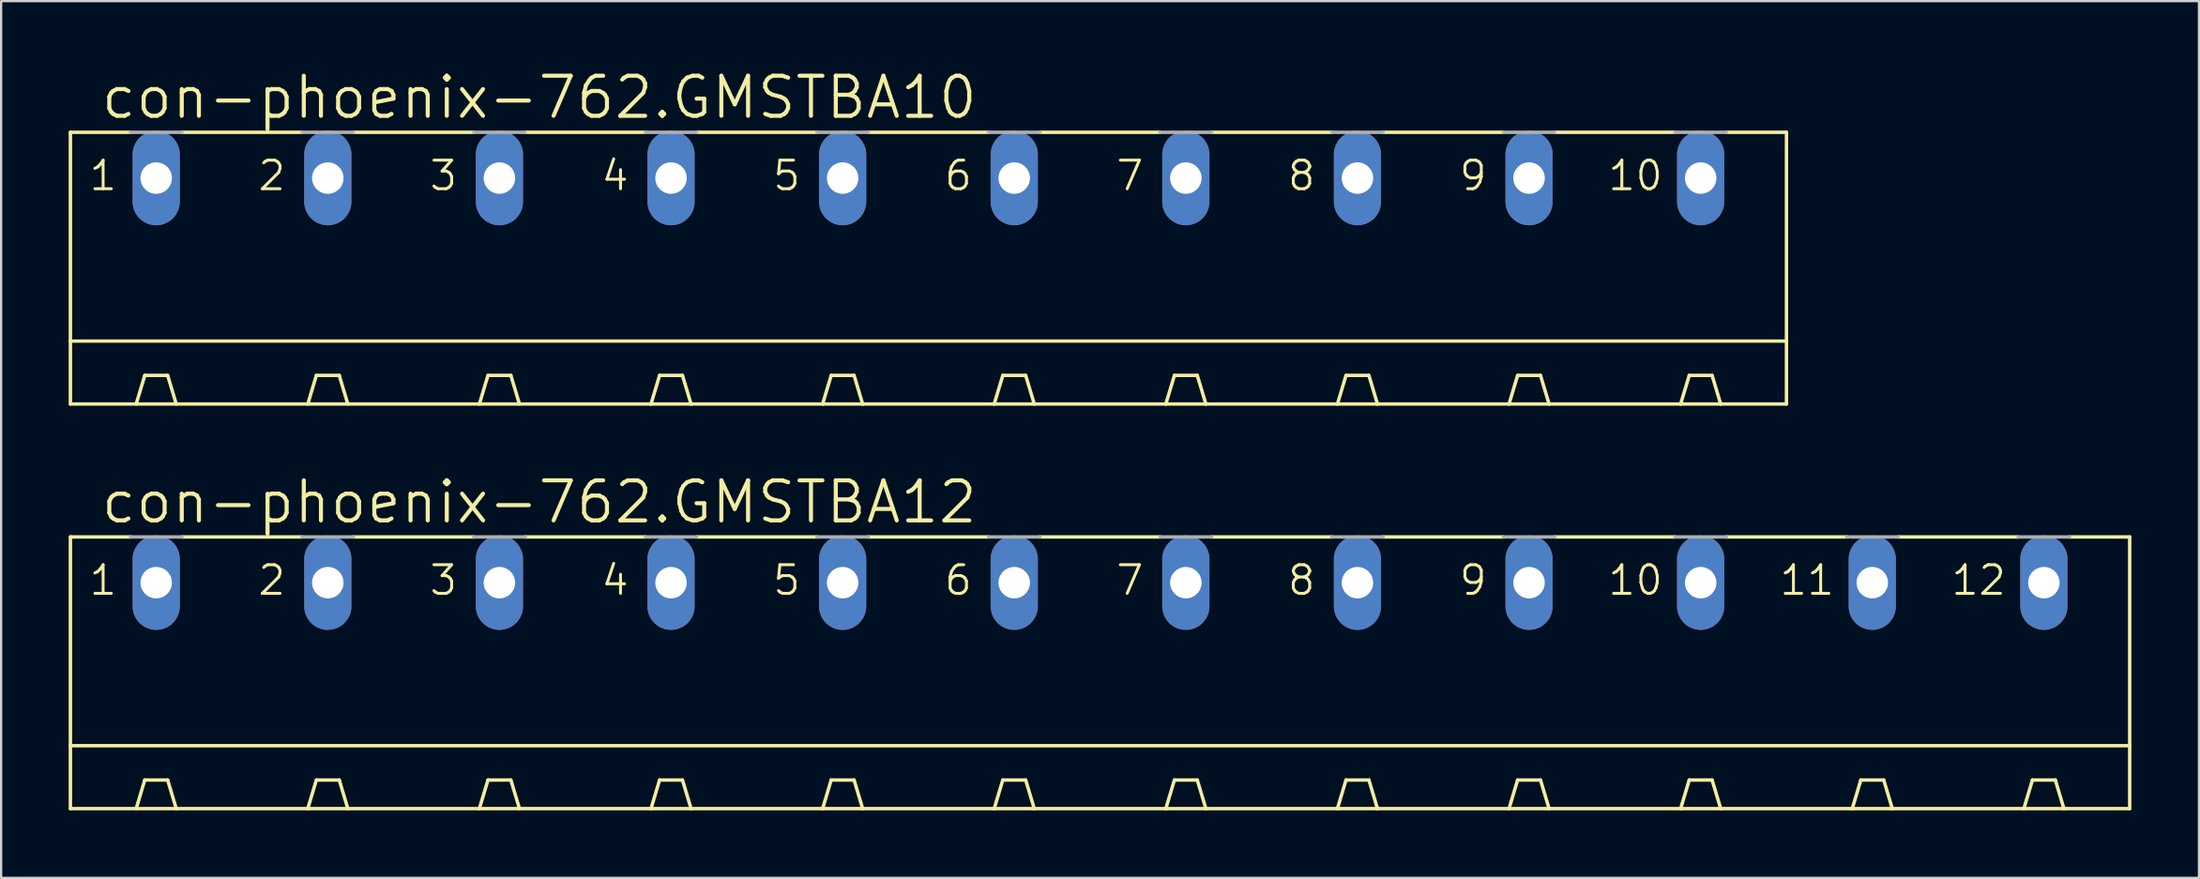
<source format=kicad_pcb>
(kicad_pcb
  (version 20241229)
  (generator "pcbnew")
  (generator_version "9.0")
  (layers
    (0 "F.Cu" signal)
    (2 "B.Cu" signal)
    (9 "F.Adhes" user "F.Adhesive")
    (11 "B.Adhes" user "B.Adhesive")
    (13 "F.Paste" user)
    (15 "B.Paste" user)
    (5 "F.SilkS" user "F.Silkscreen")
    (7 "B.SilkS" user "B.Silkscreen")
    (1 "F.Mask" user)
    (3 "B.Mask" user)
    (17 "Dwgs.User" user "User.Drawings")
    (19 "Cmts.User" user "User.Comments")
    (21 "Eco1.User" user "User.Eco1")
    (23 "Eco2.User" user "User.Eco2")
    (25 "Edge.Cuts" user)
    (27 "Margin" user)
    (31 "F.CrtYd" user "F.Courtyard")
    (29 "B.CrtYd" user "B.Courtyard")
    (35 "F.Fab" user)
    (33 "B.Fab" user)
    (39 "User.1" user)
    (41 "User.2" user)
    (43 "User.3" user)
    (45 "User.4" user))
  (footprint "con-phoenix-762.GMSTBA10"
    (layer "F.Cu")
    (at 38.176 9.938)
    (property "Reference" "con-phoenix-762.GMSTBA10" (at -36.83 -7.62 0) (layer "F.SilkS") (effects (font (size 1.778 1.778) (thickness 0.18)) (justify left bottom)))
    (attr through_hole)
    (fp_line (start -38.1 -7.112) (end -38.1 2.159) (stroke (width 0.152) (type default)) (layer "F.SilkS"))
    (fp_line (start -38.1 -7.112) (end -35.433 -7.112) (stroke (width 0.152) (type default)) (layer "F.SilkS"))
    (fp_line (start -38.1 2.159) (end -38.1 4.953) (stroke (width 0.152) (type default)) (layer "F.SilkS"))
    (fp_line (start -38.1 2.159) (end 38.1 2.159) (stroke (width 0.152) (type default)) (layer "F.SilkS"))
    (fp_line (start -35.179 4.953) (end -34.798 3.683) (stroke (width 0.152) (type default)) (layer "F.SilkS"))
    (fp_line (start -33.782 3.683) (end -34.798 3.683) (stroke (width 0.152) (type default)) (layer "F.SilkS"))
    (fp_line (start -33.401 4.953) (end -33.782 3.683) (stroke (width 0.152) (type default)) (layer "F.SilkS"))
    (fp_line (start -33.147 -7.112) (end -27.813 -7.112) (stroke (width 0.152) (type default)) (layer "F.SilkS"))
    (fp_line (start -27.559 4.953) (end -27.178 3.683) (stroke (width 0.152) (type default)) (layer "F.SilkS"))
    (fp_line (start -27.178 3.683) (end -26.162 3.683) (stroke (width 0.152) (type default)) (layer "F.SilkS"))
    (fp_line (start -25.781 4.953) (end -26.162 3.683) (stroke (width 0.152) (type default)) (layer "F.SilkS"))
    (fp_line (start -25.527 -7.112) (end -20.193 -7.112) (stroke (width 0.152) (type default)) (layer "F.SilkS"))
    (fp_line (start -19.939 4.953) (end -19.558 3.683) (stroke (width 0.152) (type default)) (layer "F.SilkS"))
    (fp_line (start -19.558 3.683) (end -18.542 3.683) (stroke (width 0.152) (type default)) (layer "F.SilkS"))
    (fp_line (start -18.161 4.953) (end -18.542 3.683) (stroke (width 0.152) (type default)) (layer "F.SilkS"))
    (fp_line (start -17.907 -7.112) (end -12.573 -7.112) (stroke (width 0.152) (type default)) (layer "F.SilkS"))
    (fp_line (start -12.319 4.953) (end -38.1 4.953) (stroke (width 0.152) (type default)) (layer "F.SilkS"))
    (fp_line (start -12.319 4.953) (end -11.938 3.683) (stroke (width 0.152) (type default)) (layer "F.SilkS"))
    (fp_line (start -11.938 3.683) (end -10.922 3.683) (stroke (width 0.152) (type default)) (layer "F.SilkS"))
    (fp_line (start -10.541 4.953) (end -12.319 4.953) (stroke (width 0.152) (type default)) (layer "F.SilkS"))
    (fp_line (start -10.541 4.953) (end -10.922 3.683) (stroke (width 0.152) (type default)) (layer "F.SilkS"))
    (fp_line (start -10.287 -7.112) (end -4.953 -7.112) (stroke (width 0.152) (type default)) (layer "F.SilkS"))
    (fp_line (start -4.699 4.953) (end -10.541 4.953) (stroke (width 0.152) (type default)) (layer "F.SilkS"))
    (fp_line (start -4.699 4.953) (end -4.318 3.683) (stroke (width 0.152) (type default)) (layer "F.SilkS"))
    (fp_line (start -4.318 3.683) (end -3.302 3.683) (stroke (width 0.152) (type default)) (layer "F.SilkS"))
    (fp_line (start -2.921 4.953) (end -4.699 4.953) (stroke (width 0.152) (type default)) (layer "F.SilkS"))
    (fp_line (start -2.921 4.953) (end -3.302 3.683) (stroke (width 0.152) (type default)) (layer "F.SilkS"))
    (fp_line (start -2.667 -7.112) (end 2.667 -7.112) (stroke (width 0.152) (type default)) (layer "F.SilkS"))
    (fp_line (start 2.921 4.953) (end -2.921 4.953) (stroke (width 0.152) (type default)) (layer "F.SilkS"))
    (fp_line (start 2.921 4.953) (end 3.302 3.683) (stroke (width 0.152) (type default)) (layer "F.SilkS"))
    (fp_line (start 3.302 3.683) (end 4.318 3.683) (stroke (width 0.152) (type default)) (layer "F.SilkS"))
    (fp_line (start 4.699 4.953) (end 2.921 4.953) (stroke (width 0.152) (type default)) (layer "F.SilkS"))
    (fp_line (start 4.699 4.953) (end 4.318 3.683) (stroke (width 0.152) (type default)) (layer "F.SilkS"))
    (fp_line (start 4.953 -7.112) (end 10.287 -7.112) (stroke (width 0.152) (type default)) (layer "F.SilkS"))
    (fp_line (start 10.541 4.953) (end 4.699 4.953) (stroke (width 0.152) (type default)) (layer "F.SilkS"))
    (fp_line (start 10.541 4.953) (end 10.922 3.683) (stroke (width 0.152) (type default)) (layer "F.SilkS"))
    (fp_line (start 10.922 3.683) (end 11.938 3.683) (stroke (width 0.152) (type default)) (layer "F.SilkS"))
    (fp_line (start 12.319 4.953) (end 10.541 4.953) (stroke (width 0.152) (type default)) (layer "F.SilkS"))
    (fp_line (start 12.319 4.953) (end 11.938 3.683) (stroke (width 0.152) (type default)) (layer "F.SilkS"))
    (fp_line (start 12.573 -7.112) (end 17.907 -7.112) (stroke (width 0.152) (type default)) (layer "F.SilkS"))
    (fp_line (start 18.161 4.953) (end 12.319 4.953) (stroke (width 0.152) (type default)) (layer "F.SilkS"))
    (fp_line (start 18.161 4.953) (end 18.542 3.683) (stroke (width 0.152) (type default)) (layer "F.SilkS"))
    (fp_line (start 18.542 3.683) (end 19.558 3.683) (stroke (width 0.152) (type default)) (layer "F.SilkS"))
    (fp_line (start 19.939 4.953) (end 18.161 4.953) (stroke (width 0.152) (type default)) (layer "F.SilkS"))
    (fp_line (start 19.939 4.953) (end 19.558 3.683) (stroke (width 0.152) (type default)) (layer "F.SilkS"))
    (fp_line (start 20.193 -7.112) (end 25.527 -7.112) (stroke (width 0.152) (type default)) (layer "F.SilkS"))
    (fp_line (start 25.781 4.953) (end 19.939 4.953) (stroke (width 0.152) (type default)) (layer "F.SilkS"))
    (fp_line (start 25.781 4.953) (end 26.162 3.683) (stroke (width 0.152) (type default)) (layer "F.SilkS"))
    (fp_line (start 26.162 3.683) (end 27.178 3.683) (stroke (width 0.152) (type default)) (layer "F.SilkS"))
    (fp_line (start 27.559 4.953) (end 25.781 4.953) (stroke (width 0.152) (type default)) (layer "F.SilkS"))
    (fp_line (start 27.559 4.953) (end 27.178 3.683) (stroke (width 0.152) (type default)) (layer "F.SilkS"))
    (fp_line (start 27.813 -7.112) (end 33.147 -7.112) (stroke (width 0.152) (type default)) (layer "F.SilkS"))
    (fp_line (start 33.401 4.953) (end 27.559 4.953) (stroke (width 0.152) (type default)) (layer "F.SilkS"))
    (fp_line (start 33.401 4.953) (end 33.782 3.683) (stroke (width 0.152) (type default)) (layer "F.SilkS"))
    (fp_line (start 33.782 3.683) (end 34.798 3.683) (stroke (width 0.152) (type default)) (layer "F.SilkS"))
    (fp_line (start 35.179 4.953) (end 33.401 4.953) (stroke (width 0.152) (type default)) (layer "F.SilkS"))
    (fp_line (start 35.179 4.953) (end 34.798 3.683) (stroke (width 0.152) (type default)) (layer "F.SilkS"))
    (fp_line (start 35.433 -7.112) (end 38.1 -7.112) (stroke (width 0.152) (type default)) (layer "F.SilkS"))
    (fp_line (start 38.1 -7.112) (end 38.1 2.159) (stroke (width 0.152) (type default)) (layer "F.SilkS"))
    (fp_line (start 38.1 2.159) (end 38.1 4.953) (stroke (width 0.152) (type default)) (layer "F.SilkS"))
    (fp_line (start 38.1 4.953) (end 35.179 4.953) (stroke (width 0.152) (type default)) (layer "F.SilkS"))
    (fp_line (start -35.433 -7.112) (end -33.147 -7.112) (stroke (width 0.152) (type default)) (layer "F.Fab"))
    (fp_line (start -27.813 -7.112) (end -25.527 -7.112) (stroke (width 0.152) (type default)) (layer "F.Fab"))
    (fp_line (start -20.193 -7.112) (end -17.907 -7.112) (stroke (width 0.152) (type default)) (layer "F.Fab"))
    (fp_line (start -12.573 -7.112) (end -10.287 -7.112) (stroke (width 0.152) (type default)) (layer "F.Fab"))
    (fp_line (start -4.953 -7.112) (end -2.667 -7.112) (stroke (width 0.152) (type default)) (layer "F.Fab"))
    (fp_line (start 2.667 -7.112) (end 4.953 -7.112) (stroke (width 0.152) (type default)) (layer "F.Fab"))
    (fp_line (start 10.287 -7.112) (end 12.573 -7.112) (stroke (width 0.152) (type default)) (layer "F.Fab"))
    (fp_line (start 17.907 -7.112) (end 20.193 -7.112) (stroke (width 0.152) (type default)) (layer "F.Fab"))
    (fp_line (start 25.527 -7.112) (end 27.813 -7.112) (stroke (width 0.152) (type default)) (layer "F.Fab"))
    (fp_line (start 33.147 -7.112) (end 35.433 -7.112) (stroke (width 0.152) (type default)) (layer "F.Fab"))
    (fp_text user "7" (at 8.255 -4.445 0) (layer "F.SilkS") (effects (font (size 1.27 1.27) (thickness 0.13)) (justify left bottom)))
    (fp_text user "9" (at 23.495 -4.445 0) (layer "F.SilkS") (effects (font (size 1.27 1.27) (thickness 0.13)) (justify left bottom)))
    (fp_text user "2" (at -29.845 -4.445 0) (layer "F.SilkS") (effects (font (size 1.27 1.27) (thickness 0.13)) (justify left bottom)))
    (fp_text user "3" (at -22.225 -4.445 0) (layer "F.SilkS") (effects (font (size 1.27 1.27) (thickness 0.13)) (justify left bottom)))
    (fp_text user "10" (at 30.099 -4.445 0) (layer "F.SilkS") (effects (font (size 1.27 1.27) (thickness 0.13)) (justify left bottom)))
    (fp_text user "1" (at -37.338 -4.445 0) (layer "F.SilkS") (effects (font (size 1.27 1.27) (thickness 0.13)) (justify left bottom)))
    (fp_text user "5" (at -6.985 -4.445 0) (layer "F.SilkS") (effects (font (size 1.27 1.27) (thickness 0.13)) (justify left bottom)))
    (fp_text user "6" (at 0.635 -4.445 0) (layer "F.SilkS") (effects (font (size 1.27 1.27) (thickness 0.13)) (justify left bottom)))
    (fp_text user "8" (at 15.875 -4.445 0) (layer "F.SilkS") (effects (font (size 1.27 1.27) (thickness 0.13)) (justify left bottom)))
    (fp_text user "4" (at -14.605 -4.445 0) (layer "F.SilkS") (effects (font (size 1.27 1.27) (thickness 0.13)) (justify left bottom)))
    (pad "1" thru_hole oval (at -34.29 -5.08 90) (size 4.191 2.095) (drill 1.397) (layers "*.Cu" "*.Mask"))
    (pad "2" thru_hole oval (at -26.67 -5.08 90) (size 4.191 2.095) (drill 1.397) (layers "*.Cu" "*.Mask"))
    (pad "3" thru_hole oval (at -19.05 -5.08 90) (size 4.191 2.095) (drill 1.397) (layers "*.Cu" "*.Mask"))
    (pad "4" thru_hole oval (at -11.43 -5.08 90) (size 4.191 2.095) (drill 1.397) (layers "*.Cu" "*.Mask"))
    (pad "5" thru_hole oval (at -3.81 -5.08 90) (size 4.191 2.095) (drill 1.397) (layers "*.Cu" "*.Mask"))
    (pad "6" thru_hole oval (at 3.81 -5.08 90) (size 4.191 2.095) (drill 1.397) (layers "*.Cu" "*.Mask"))
    (pad "7" thru_hole oval (at 11.43 -5.08 90) (size 4.191 2.095) (drill 1.397) (layers "*.Cu" "*.Mask"))
    (pad "8" thru_hole oval (at 19.05 -5.08 90) (size 4.191 2.095) (drill 1.397) (layers "*.Cu" "*.Mask"))
    (pad "9" thru_hole oval (at 26.67 -5.08 90) (size 4.191 2.095) (drill 1.397) (layers "*.Cu" "*.Mask"))
    (pad "10" thru_hole oval (at 34.29 -5.08 90) (size 4.191 2.095) (drill 1.397) (layers "*.Cu" "*.Mask")))
  (footprint "con-phoenix-762.GMSTBA12"
    (layer "F.Cu")
    (at 45.796 27.905)
    (property "Reference" "con-phoenix-762.GMSTBA12" (at -44.45 -7.62 0) (layer "F.SilkS") (effects (font (size 1.778 1.778) (thickness 0.18)) (justify left bottom)))
    (attr through_hole)
    (fp_line (start -45.72 -7.112) (end -45.72 2.159) (stroke (width 0.152) (type default)) (layer "F.SilkS"))
    (fp_line (start -45.72 -7.112) (end -43.053 -7.112) (stroke (width 0.152) (type default)) (layer "F.SilkS"))
    (fp_line (start -45.72 2.159) (end -45.72 4.953) (stroke (width 0.152) (type default)) (layer "F.SilkS"))
    (fp_line (start -45.72 2.159) (end 45.72 2.159) (stroke (width 0.152) (type default)) (layer "F.SilkS"))
    (fp_line (start -42.799 4.953) (end -42.418 3.683) (stroke (width 0.152) (type default)) (layer "F.SilkS"))
    (fp_line (start -41.402 3.683) (end -42.418 3.683) (stroke (width 0.152) (type default)) (layer "F.SilkS"))
    (fp_line (start -41.021 4.953) (end -41.402 3.683) (stroke (width 0.152) (type default)) (layer "F.SilkS"))
    (fp_line (start -40.767 -7.112) (end -35.433 -7.112) (stroke (width 0.152) (type default)) (layer "F.SilkS"))
    (fp_line (start -35.179 4.953) (end -34.798 3.683) (stroke (width 0.152) (type default)) (layer "F.SilkS"))
    (fp_line (start -34.798 3.683) (end -33.782 3.683) (stroke (width 0.152) (type default)) (layer "F.SilkS"))
    (fp_line (start -33.401 4.953) (end -33.782 3.683) (stroke (width 0.152) (type default)) (layer "F.SilkS"))
    (fp_line (start -33.147 -7.112) (end -27.813 -7.112) (stroke (width 0.152) (type default)) (layer "F.SilkS"))
    (fp_line (start -27.559 4.953) (end -27.178 3.683) (stroke (width 0.152) (type default)) (layer "F.SilkS"))
    (fp_line (start -27.178 3.683) (end -26.162 3.683) (stroke (width 0.152) (type default)) (layer "F.SilkS"))
    (fp_line (start -25.781 4.953) (end -26.162 3.683) (stroke (width 0.152) (type default)) (layer "F.SilkS"))
    (fp_line (start -25.527 -7.112) (end -20.193 -7.112) (stroke (width 0.152) (type default)) (layer "F.SilkS"))
    (fp_line (start -19.939 4.953) (end -45.72 4.953) (stroke (width 0.152) (type default)) (layer "F.SilkS"))
    (fp_line (start -19.939 4.953) (end -19.558 3.683) (stroke (width 0.152) (type default)) (layer "F.SilkS"))
    (fp_line (start -19.558 3.683) (end -18.542 3.683) (stroke (width 0.152) (type default)) (layer "F.SilkS"))
    (fp_line (start -18.161 4.953) (end -19.939 4.953) (stroke (width 0.152) (type default)) (layer "F.SilkS"))
    (fp_line (start -18.161 4.953) (end -18.542 3.683) (stroke (width 0.152) (type default)) (layer "F.SilkS"))
    (fp_line (start -17.907 -7.112) (end -12.573 -7.112) (stroke (width 0.152) (type default)) (layer "F.SilkS"))
    (fp_line (start -12.319 4.953) (end -18.161 4.953) (stroke (width 0.152) (type default)) (layer "F.SilkS"))
    (fp_line (start -12.319 4.953) (end -11.938 3.683) (stroke (width 0.152) (type default)) (layer "F.SilkS"))
    (fp_line (start -11.938 3.683) (end -10.922 3.683) (stroke (width 0.152) (type default)) (layer "F.SilkS"))
    (fp_line (start -10.541 4.953) (end -12.319 4.953) (stroke (width 0.152) (type default)) (layer "F.SilkS"))
    (fp_line (start -10.541 4.953) (end -10.922 3.683) (stroke (width 0.152) (type default)) (layer "F.SilkS"))
    (fp_line (start -10.287 -7.112) (end -4.953 -7.112) (stroke (width 0.152) (type default)) (layer "F.SilkS"))
    (fp_line (start -4.699 4.953) (end -10.541 4.953) (stroke (width 0.152) (type default)) (layer "F.SilkS"))
    (fp_line (start -4.699 4.953) (end -4.318 3.683) (stroke (width 0.152) (type default)) (layer "F.SilkS"))
    (fp_line (start -4.318 3.683) (end -3.302 3.683) (stroke (width 0.152) (type default)) (layer "F.SilkS"))
    (fp_line (start -2.921 4.953) (end -4.699 4.953) (stroke (width 0.152) (type default)) (layer "F.SilkS"))
    (fp_line (start -2.921 4.953) (end -3.302 3.683) (stroke (width 0.152) (type default)) (layer "F.SilkS"))
    (fp_line (start -2.667 -7.112) (end 2.667 -7.112) (stroke (width 0.152) (type default)) (layer "F.SilkS"))
    (fp_line (start 2.921 4.953) (end -2.921 4.953) (stroke (width 0.152) (type default)) (layer "F.SilkS"))
    (fp_line (start 2.921 4.953) (end 3.302 3.683) (stroke (width 0.152) (type default)) (layer "F.SilkS"))
    (fp_line (start 3.302 3.683) (end 4.318 3.683) (stroke (width 0.152) (type default)) (layer "F.SilkS"))
    (fp_line (start 4.699 4.953) (end 2.921 4.953) (stroke (width 0.152) (type default)) (layer "F.SilkS"))
    (fp_line (start 4.699 4.953) (end 4.318 3.683) (stroke (width 0.152) (type default)) (layer "F.SilkS"))
    (fp_line (start 4.953 -7.112) (end 10.287 -7.112) (stroke (width 0.152) (type default)) (layer "F.SilkS"))
    (fp_line (start 10.541 4.953) (end 4.699 4.953) (stroke (width 0.152) (type default)) (layer "F.SilkS"))
    (fp_line (start 10.541 4.953) (end 10.922 3.683) (stroke (width 0.152) (type default)) (layer "F.SilkS"))
    (fp_line (start 10.922 3.683) (end 11.938 3.683) (stroke (width 0.152) (type default)) (layer "F.SilkS"))
    (fp_line (start 12.319 4.953) (end 10.541 4.953) (stroke (width 0.152) (type default)) (layer "F.SilkS"))
    (fp_line (start 12.319 4.953) (end 11.938 3.683) (stroke (width 0.152) (type default)) (layer "F.SilkS"))
    (fp_line (start 12.573 -7.112) (end 17.907 -7.112) (stroke (width 0.152) (type default)) (layer "F.SilkS"))
    (fp_line (start 18.161 4.953) (end 12.319 4.953) (stroke (width 0.152) (type default)) (layer "F.SilkS"))
    (fp_line (start 18.161 4.953) (end 18.542 3.683) (stroke (width 0.152) (type default)) (layer "F.SilkS"))
    (fp_line (start 18.542 3.683) (end 19.558 3.683) (stroke (width 0.152) (type default)) (layer "F.SilkS"))
    (fp_line (start 19.939 4.953) (end 18.161 4.953) (stroke (width 0.152) (type default)) (layer "F.SilkS"))
    (fp_line (start 19.939 4.953) (end 19.558 3.683) (stroke (width 0.152) (type default)) (layer "F.SilkS"))
    (fp_line (start 20.193 -7.112) (end 25.527 -7.112) (stroke (width 0.152) (type default)) (layer "F.SilkS"))
    (fp_line (start 25.781 4.953) (end 19.939 4.953) (stroke (width 0.152) (type default)) (layer "F.SilkS"))
    (fp_line (start 25.781 4.953) (end 26.162 3.683) (stroke (width 0.152) (type default)) (layer "F.SilkS"))
    (fp_line (start 26.162 3.683) (end 27.178 3.683) (stroke (width 0.152) (type default)) (layer "F.SilkS"))
    (fp_line (start 27.559 4.953) (end 25.781 4.953) (stroke (width 0.152) (type default)) (layer "F.SilkS"))
    (fp_line (start 27.559 4.953) (end 27.178 3.683) (stroke (width 0.152) (type default)) (layer "F.SilkS"))
    (fp_line (start 27.813 -7.112) (end 33.147 -7.112) (stroke (width 0.152) (type default)) (layer "F.SilkS"))
    (fp_line (start 33.401 4.953) (end 27.559 4.953) (stroke (width 0.152) (type default)) (layer "F.SilkS"))
    (fp_line (start 33.401 4.953) (end 33.782 3.683) (stroke (width 0.152) (type default)) (layer "F.SilkS"))
    (fp_line (start 33.782 3.683) (end 34.798 3.683) (stroke (width 0.152) (type default)) (layer "F.SilkS"))
    (fp_line (start 35.179 4.953) (end 33.401 4.953) (stroke (width 0.152) (type default)) (layer "F.SilkS"))
    (fp_line (start 35.179 4.953) (end 34.798 3.683) (stroke (width 0.152) (type default)) (layer "F.SilkS"))
    (fp_line (start 35.433 -7.112) (end 40.767 -7.112) (stroke (width 0.152) (type default)) (layer "F.SilkS"))
    (fp_line (start 41.021 4.953) (end 35.179 4.953) (stroke (width 0.152) (type default)) (layer "F.SilkS"))
    (fp_line (start 41.021 4.953) (end 41.402 3.683) (stroke (width 0.152) (type default)) (layer "F.SilkS"))
    (fp_line (start 41.402 3.683) (end 42.418 3.683) (stroke (width 0.152) (type default)) (layer "F.SilkS"))
    (fp_line (start 42.799 4.953) (end 41.021 4.953) (stroke (width 0.152) (type default)) (layer "F.SilkS"))
    (fp_line (start 42.799 4.953) (end 42.418 3.683) (stroke (width 0.152) (type default)) (layer "F.SilkS"))
    (fp_line (start 43.053 -7.112) (end 45.72 -7.112) (stroke (width 0.152) (type default)) (layer "F.SilkS"))
    (fp_line (start 45.72 -7.112) (end 45.72 2.159) (stroke (width 0.152) (type default)) (layer "F.SilkS"))
    (fp_line (start 45.72 2.159) (end 45.72 4.953) (stroke (width 0.152) (type default)) (layer "F.SilkS"))
    (fp_line (start 45.72 4.953) (end 42.799 4.953) (stroke (width 0.152) (type default)) (layer "F.SilkS"))
    (fp_line (start -43.053 -7.112) (end -40.767 -7.112) (stroke (width 0.152) (type default)) (layer "F.Fab"))
    (fp_line (start -35.433 -7.112) (end -33.147 -7.112) (stroke (width 0.152) (type default)) (layer "F.Fab"))
    (fp_line (start -27.813 -7.112) (end -25.527 -7.112) (stroke (width 0.152) (type default)) (layer "F.Fab"))
    (fp_line (start -20.193 -7.112) (end -17.907 -7.112) (stroke (width 0.152) (type default)) (layer "F.Fab"))
    (fp_line (start -12.573 -7.112) (end -10.287 -7.112) (stroke (width 0.152) (type default)) (layer "F.Fab"))
    (fp_line (start -4.953 -7.112) (end -2.667 -7.112) (stroke (width 0.152) (type default)) (layer "F.Fab"))
    (fp_line (start 2.667 -7.112) (end 4.953 -7.112) (stroke (width 0.152) (type default)) (layer "F.Fab"))
    (fp_line (start 10.287 -7.112) (end 12.573 -7.112) (stroke (width 0.152) (type default)) (layer "F.Fab"))
    (fp_line (start 17.907 -7.112) (end 20.193 -7.112) (stroke (width 0.152) (type default)) (layer "F.Fab"))
    (fp_line (start 25.527 -7.112) (end 27.813 -7.112) (stroke (width 0.152) (type default)) (layer "F.Fab"))
    (fp_line (start 33.147 -7.112) (end 35.433 -7.112) (stroke (width 0.152) (type default)) (layer "F.Fab"))
    (fp_line (start 40.767 -7.112) (end 43.053 -7.112) (stroke (width 0.152) (type default)) (layer "F.Fab"))
    (fp_text user "8" (at 8.255 -4.445 0) (layer "F.SilkS") (effects (font (size 1.27 1.27) (thickness 0.13)) (justify left bottom)))
    (fp_text user "10" (at 22.479 -4.445 0) (layer "F.SilkS") (effects (font (size 1.27 1.27) (thickness 0.13)) (justify left bottom)))
    (fp_text user "7" (at 0.635 -4.445 0) (layer "F.SilkS") (effects (font (size 1.27 1.27) (thickness 0.13)) (justify left bottom)))
    (fp_text user "1" (at -44.958 -4.445 0) (layer "F.SilkS") (effects (font (size 1.27 1.27) (thickness 0.13)) (justify left bottom)))
    (fp_text user "4" (at -22.225 -4.445 0) (layer "F.SilkS") (effects (font (size 1.27 1.27) (thickness 0.13)) (justify left bottom)))
    (fp_text user "3" (at -29.845 -4.445 0) (layer "F.SilkS") (effects (font (size 1.27 1.27) (thickness 0.13)) (justify left bottom)))
    (fp_text user "12" (at 37.719 -4.445 0) (layer "F.SilkS") (effects (font (size 1.27 1.27) (thickness 0.13)) (justify left bottom)))
    (fp_text user "11" (at 30.099 -4.445 0) (layer "F.SilkS") (effects (font (size 1.27 1.27) (thickness 0.13)) (justify left bottom)))
    (fp_text user "9" (at 15.875 -4.445 0) (layer "F.SilkS") (effects (font (size 1.27 1.27) (thickness 0.13)) (justify left bottom)))
    (fp_text user "5" (at -14.605 -4.445 0) (layer "F.SilkS") (effects (font (size 1.27 1.27) (thickness 0.13)) (justify left bottom)))
    (fp_text user "6" (at -6.985 -4.445 0) (layer "F.SilkS") (effects (font (size 1.27 1.27) (thickness 0.13)) (justify left bottom)))
    (fp_text user "2" (at -37.465 -4.445 0) (layer "F.SilkS") (effects (font (size 1.27 1.27) (thickness 0.13)) (justify left bottom)))
    (pad "1" thru_hole oval (at -41.91 -5.08 90) (size 4.191 2.095) (drill 1.397) (layers "*.Cu" "*.Mask"))
    (pad "2" thru_hole oval (at -34.29 -5.08 90) (size 4.191 2.095) (drill 1.397) (layers "*.Cu" "*.Mask"))
    (pad "3" thru_hole oval (at -26.67 -5.08 90) (size 4.191 2.095) (drill 1.397) (layers "*.Cu" "*.Mask"))
    (pad "4" thru_hole oval (at -19.05 -5.08 90) (size 4.191 2.095) (drill 1.397) (layers "*.Cu" "*.Mask"))
    (pad "5" thru_hole oval (at -11.43 -5.08 90) (size 4.191 2.095) (drill 1.397) (layers "*.Cu" "*.Mask"))
    (pad "6" thru_hole oval (at -3.81 -5.08 90) (size 4.191 2.095) (drill 1.397) (layers "*.Cu" "*.Mask"))
    (pad "7" thru_hole oval (at 3.81 -5.08 90) (size 4.191 2.095) (drill 1.397) (layers "*.Cu" "*.Mask"))
    (pad "8" thru_hole oval (at 11.43 -5.08 90) (size 4.191 2.095) (drill 1.397) (layers "*.Cu" "*.Mask"))
    (pad "9" thru_hole oval (at 19.05 -5.08 90) (size 4.191 2.095) (drill 1.397) (layers "*.Cu" "*.Mask"))
    (pad "10" thru_hole oval (at 26.67 -5.08 90) (size 4.191 2.095) (drill 1.397) (layers "*.Cu" "*.Mask"))
    (pad "11" thru_hole oval (at 34.29 -5.08 90) (size 4.191 2.095) (drill 1.397) (layers "*.Cu" "*.Mask"))
    (pad "12" thru_hole oval (at 41.91 -5.08 90) (size 4.191 2.095) (drill 1.397) (layers "*.Cu" "*.Mask")))
  (gr_rect
    (start -3 -3)
    (end 94.592 35.934)
    (stroke (width 0.1) (type default))
    (fill no)
    (layer "Edge.Cuts")))
</source>
